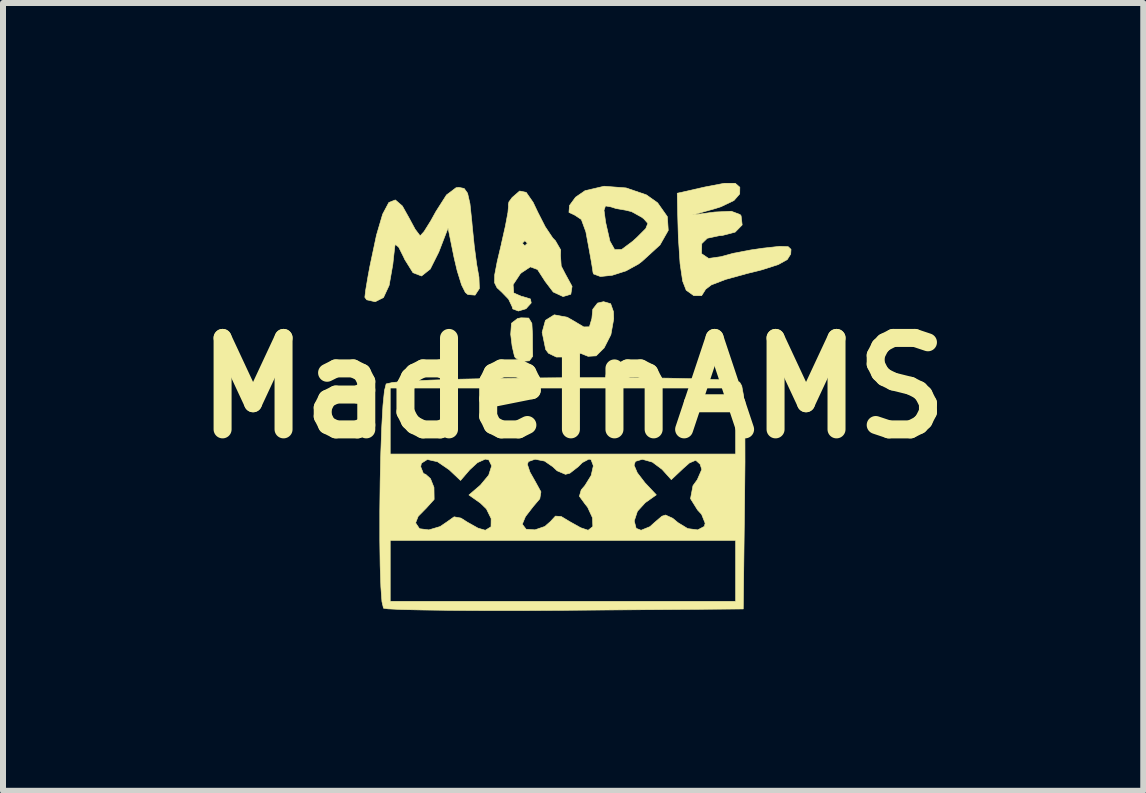
<source format=kicad_pcb>
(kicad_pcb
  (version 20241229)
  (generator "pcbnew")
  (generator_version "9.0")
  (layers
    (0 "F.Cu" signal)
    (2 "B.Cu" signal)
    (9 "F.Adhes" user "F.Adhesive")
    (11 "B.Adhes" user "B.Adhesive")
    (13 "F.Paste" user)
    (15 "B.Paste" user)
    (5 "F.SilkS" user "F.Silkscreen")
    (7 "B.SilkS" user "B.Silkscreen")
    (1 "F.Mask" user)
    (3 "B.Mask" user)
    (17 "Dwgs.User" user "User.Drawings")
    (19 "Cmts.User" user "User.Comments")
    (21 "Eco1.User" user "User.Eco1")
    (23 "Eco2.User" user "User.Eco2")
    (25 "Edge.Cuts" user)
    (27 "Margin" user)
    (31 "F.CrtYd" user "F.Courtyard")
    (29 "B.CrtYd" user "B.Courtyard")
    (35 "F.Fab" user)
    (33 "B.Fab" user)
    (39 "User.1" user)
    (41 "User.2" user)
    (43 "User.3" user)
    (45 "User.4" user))
  (footprint "MadeInAMS"
    (layer "F.Cu")
    (at 6.502 3.417)
    (property "Reference" "MadeInAMS" (at 0 0 0) (layer "F.SilkS") (effects (font (size 1.524 1.524) (thickness 0.3))))
    (attr through_hole)
    (fp_poly (pts (xy -0.74 -1.166) (xy -0.687 -1.077) (xy -0.677 -0.895) (xy -0.676 -0.676) (xy -0.673 -0.538) (xy -0.673 -0.529) (xy -0.729 -0.453) (xy -0.854 -0.445) (xy -0.962 -0.503) (xy -0.977 -0.529) (xy -1.016 -0.697) (xy -1.04 -0.895) (xy -1.027 -1.08) (xy -0.926 -1.158) (xy -0.868 -1.17) (xy -0.74 -1.166)) (stroke (width 0.01) (type solid)) (fill yes) (layer "F.SilkS"))
    (fp_poly (pts (xy 0.626 -1.405) (xy 0.673 -1.272) (xy 0.677 -1.152) (xy 0.63 -0.889) (xy 0.518 -0.669) (xy 0.384 -0.536) (xy 0.25 -0.528) (xy 0.137 -0.573) (xy -0.027 -0.623) (xy -0.085 -0.591) (xy -0.146 -0.517) (xy -0.279 -0.516) (xy -0.41 -0.579) (xy -0.457 -0.642) (xy -0.516 -0.928) (xy -0.461 -1.128) (xy -0.314 -1.22) (xy -0.097 -1.179) (xy -0.009 -1.129) (xy 0.178 -1.018) (xy 0.272 -1.02) (xy 0.313 -1.158) (xy 0.328 -1.312) (xy 0.408 -1.416) (xy 0.508 -1.439) (xy 0.626 -1.405)) (stroke (width 0.01) (type solid)) (fill yes) (layer "F.SilkS"))
    (fp_poly (pts (xy 0.883 -3.335) (xy 1.222 -3.219) (xy 1.408 -3.087) (xy 1.571 -2.856) (xy 1.586 -2.627) (xy 1.448 -2.384) (xy 1.151 -2.113) (xy 1.091 -2.067) (xy 0.882 -1.952) (xy 0.653 -1.879) (xy 0.456 -1.858) (xy 0.342 -1.9) (xy 0.332 -1.926) (xy 0.323 -1.991) (xy 0.303 -2.112) (xy 0.264 -2.328) (xy 0.213 -2.603) (xy 0.138 -2.808) (xy 0.032 -2.879) (xy -0.069 -2.927) (xy -0.066 -2.963) (xy 0.515 -2.963) (xy 0.542 -2.765) (xy 0.546 -2.745) (xy 0.614 -2.447) (xy 0.693 -2.306) (xy 0.81 -2.309) (xy 0.991 -2.444) (xy 1.062 -2.508) (xy 1.211 -2.657) (xy 1.246 -2.744) (xy 1.177 -2.821) (xy 1.143 -2.847) (xy 0.974 -2.94) (xy 0.88 -2.963) (xy 0.714 -2.992) (xy 0.63 -3.019) (xy 0.54 -3.035) (xy 0.515 -2.963) (xy -0.066 -2.963) (xy -0.06 -3.042) (xy 0.041 -3.18) (xy 0.199 -3.289) (xy 0.517 -3.363) (xy 0.883 -3.335)) (stroke (width 0.01) (type solid)) (fill yes) (layer "F.SilkS"))
    (fp_poly (pts (xy 2.779 -3.346) (xy 2.777 -3.235) (xy 2.681 -3.125) (xy 2.464 -3.021) (xy 2.37 -2.991) (xy 1.99 -2.884) (xy 2.36 -2.933) (xy 2.637 -2.946) (xy 2.783 -2.891) (xy 2.8 -2.87) (xy 2.818 -2.718) (xy 2.701 -2.598) (xy 2.482 -2.541) (xy 2.442 -2.54) (xy 2.236 -2.496) (xy 2.145 -2.407) (xy 2.14 -2.24) (xy 2.258 -2.16) (xy 2.466 -2.189) (xy 2.468 -2.19) (xy 2.669 -2.245) (xy 2.962 -2.301) (xy 3.168 -2.331) (xy 3.441 -2.361) (xy 3.584 -2.356) (xy 3.632 -2.311) (xy 3.627 -2.233) (xy 3.57 -2.141) (xy 3.421 -2.058) (xy 3.151 -1.971) (xy 2.899 -1.908) (xy 2.543 -1.81) (xy 2.303 -1.718) (xy 2.203 -1.641) (xy 2.201 -1.632) (xy 2.142 -1.539) (xy 2.012 -1.539) (xy 1.885 -1.63) (xy 1.826 -1.782) (xy 1.783 -2.074) (xy 1.754 -2.518) (xy 1.744 -2.872) (xy 1.736 -3.246) (xy 2.2 -3.351) (xy 2.519 -3.412) (xy 2.703 -3.412) (xy 2.779 -3.346)) (stroke (width 0.01) (type solid)) (fill yes) (layer "F.SilkS"))
    (fp_poly (pts (xy -0.782 -3.261) (xy -0.666 -3.094) (xy -0.589 -2.932) (xy -0.464 -2.687) (xy -0.339 -2.5) (xy -0.295 -2.455) (xy -0.207 -2.302) (xy -0.21 -2.206) (xy -0.198 -2.033) (xy -0.13 -1.901) (xy -0.017 -1.694) (xy -0.038 -1.563) (xy -0.167 -1.524) (xy -0.331 -1.6) (xy -0.466 -1.778) (xy -0.593 -1.975) (xy -0.713 -2.019) (xy -0.862 -1.92) (xy -0.883 -1.899) (xy -1 -1.722) (xy -0.989 -1.584) (xy -0.853 -1.524) (xy -0.84 -1.524) (xy -0.711 -1.484) (xy -0.698 -1.418) (xy -0.785 -1.321) (xy -0.912 -1.283) (xy -1.005 -1.318) (xy -1.016 -1.356) (xy -1.075 -1.48) (xy -1.186 -1.595) (xy -1.268 -1.671) (xy -1.309 -1.754) (xy -1.307 -1.886) (xy -1.265 -2.106) (xy -1.197 -2.392) (xy -1.193 -2.413) (xy -0.847 -2.413) (xy -0.804 -2.371) (xy -0.762 -2.413) (xy -0.804 -2.455) (xy -0.847 -2.413) (xy -1.193 -2.413) (xy -1.129 -2.697) (xy -1.086 -2.926) (xy -1.076 -3.041) (xy -1.08 -3.048) (xy -1.07 -3.101) (xy -1.016 -3.175) (xy -0.891 -3.283) (xy -0.782 -3.261)) (stroke (width 0.01) (type solid)) (fill yes) (layer "F.SilkS"))
    (fp_poly (pts (xy -1.816 -3.326) (xy -1.759 -3.247) (xy -1.719 -3.072) (xy -1.687 -2.769) (xy -1.682 -2.709) (xy -1.647 -2.365) (xy -1.607 -2.061) (xy -1.571 -1.858) (xy -1.569 -1.851) (xy -1.562 -1.658) (xy -1.634 -1.548) (xy -1.754 -1.558) (xy -1.796 -1.593) (xy -1.859 -1.719) (xy -1.932 -1.954) (xy -1.984 -2.174) (xy -2.084 -2.667) (xy -2.239 -2.265) (xy -2.381 -1.982) (xy -2.526 -1.867) (xy -2.668 -1.921) (xy -2.807 -2.144) (xy -2.823 -2.18) (xy -2.906 -2.346) (xy -2.96 -2.393) (xy -2.97 -2.371) (xy -2.992 -2.18) (xy -3.004 -2.065) (xy -3.066 -1.711) (xy -3.16 -1.508) (xy -3.296 -1.439) (xy -3.304 -1.439) (xy -3.44 -1.47) (xy -3.471 -1.512) (xy -3.457 -1.631) (xy -3.419 -1.857) (xy -3.386 -2.034) (xy -3.277 -2.548) (xy -3.174 -2.898) (xy -3.071 -3.092) (xy -2.963 -3.135) (xy -2.846 -3.034) (xy -2.735 -2.836) (xy -2.633 -2.647) (xy -2.557 -2.546) (xy -2.545 -2.54) (xy -2.483 -2.609) (xy -2.373 -2.785) (xy -2.286 -2.942) (xy -2.11 -3.218) (xy -1.951 -3.338) (xy -1.905 -3.344) (xy -1.816 -3.326)) (stroke (width 0.01) (type solid)) (fill yes) (layer "F.SilkS"))
    (fp_poly (pts (xy 1.033 -0.17) (xy 1.575 -0.164) (xy 2.045 -0.153) (xy 2.418 -0.139) (xy 2.67 -0.12) (xy 2.775 -0.098) (xy 2.811 -0.035) (xy 2.838 0.112) (xy 2.855 0.361) (xy 2.864 0.73) (xy 2.865 1.234) (xy 2.859 1.826) (xy 2.836 3.683) (xy -0.133 3.705) (xy -0.826 3.709) (xy -1.465 3.709) (xy -2.03 3.706) (xy -2.502 3.7) (xy -2.86 3.692) (xy -3.086 3.681) (xy -3.16 3.67) (xy -3.186 3.561) (xy -3.204 3.314) (xy -3.216 2.959) (xy -3.222 2.54) (xy -3.048 2.54) (xy -3.048 3.556) (xy 2.709 3.556) (xy 2.709 2.54) (xy -3.048 2.54) (xy -3.222 2.54) (xy -3.222 2.527) (xy -3.222 2.248) (xy -2.625 2.248) (xy -2.56 2.345) (xy -2.404 2.365) (xy -2.216 2.309) (xy -2.107 2.235) (xy -1.983 2.147) (xy -1.869 2.168) (xy -1.764 2.235) (xy -1.584 2.336) (xy -1.463 2.371) (xy -1.368 2.313) (xy -1.367 2.27) (xy -0.847 2.27) (xy -0.783 2.354) (xy -0.636 2.364) (xy -0.472 2.308) (xy -0.379 2.227) (xy -0.294 2.135) (xy -0.197 2.142) (xy -0.056 2.227) (xy 0.127 2.329) (xy 0.251 2.371) (xy 0.329 2.309) (xy 0.323 2.162) (xy 0.242 1.987) (xy 0.199 1.933) (xy 0.105 1.804) (xy 0.135 1.699) (xy 0.199 1.623) (xy 0.301 1.458) (xy 0.338 1.295) (xy 0.334 1.286) (xy 1.016 1.286) (xy 1.07 1.413) (xy 1.199 1.581) (xy 1.202 1.584) (xy 1.387 1.781) (xy 1.202 1.912) (xy 1.072 2.055) (xy 1.019 2.216) (xy 1.051 2.339) (xy 1.133 2.371) (xy 1.281 2.311) (xy 1.355 2.244) (xy 1.48 2.137) (xy 1.54 2.117) (xy 1.66 2.171) (xy 1.748 2.244) (xy 1.91 2.343) (xy 2.077 2.365) (xy 2.187 2.307) (xy 2.201 2.254) (xy 2.142 2.106) (xy 2.074 2.032) (xy 1.957 1.844) (xy 1.998 1.628) (xy 2.07 1.529) (xy 2.145 1.357) (xy 2.117 1.27) (xy 2.044 1.204) (xy 1.939 1.249) (xy 1.839 1.337) (xy 1.637 1.527) (xy 1.483 1.356) (xy 1.321 1.235) (xy 1.154 1.188) (xy 1.038 1.223) (xy 1.016 1.286) (xy 0.334 1.286) (xy 0.299 1.194) (xy 0.264 1.185) (xy 0.154 1.243) (xy 0.085 1.312) (xy -0.054 1.42) (xy -0.127 1.439) (xy -0.266 1.38) (xy -0.339 1.312) (xy -0.475 1.218) (xy -0.634 1.187) (xy -0.745 1.226) (xy -0.762 1.273) (xy -0.719 1.402) (xy -0.623 1.572) (xy -0.536 1.731) (xy -0.555 1.846) (xy -0.666 1.977) (xy -0.794 2.143) (xy -0.847 2.27) (xy -1.367 2.27) (xy -1.366 2.175) (xy -1.445 2.015) (xy -1.545 1.918) (xy -1.736 1.783) (xy -1.545 1.619) (xy -1.407 1.453) (xy -1.357 1.297) (xy -1.405 1.198) (xy -1.463 1.185) (xy -1.594 1.244) (xy -1.723 1.363) (xy -1.876 1.541) (xy -2.065 1.363) (xy -2.26 1.229) (xy -2.429 1.191) (xy -2.529 1.254) (xy -2.54 1.312) (xy -2.495 1.425) (xy -2.457 1.439) (xy -2.377 1.511) (xy -2.319 1.657) (xy -2.316 1.857) (xy -2.445 2) (xy -2.582 2.139) (xy -2.625 2.248) (xy -3.222 2.248) (xy -3.222 2.049) (xy -3.216 1.555) (xy -3.205 1.077) (xy -3.189 0.645) (xy -3.169 0.289) (xy -3.144 0.042) (xy -3.133 0) (xy -3.048 0) (xy -3.048 1.101) (xy 2.709 1.101) (xy 2.709 0) (xy -3.048 0) (xy -3.133 0) (xy -3.116 -0.068) (xy -3.01 -0.092) (xy -2.758 -0.113) (xy -2.386 -0.131) (xy -1.917 -0.146) (xy -1.376 -0.158) (xy -0.786 -0.166) (xy -0.172 -0.171) (xy 0.443 -0.172) (xy 1.033 -0.17)) (stroke (width 0.01) (type solid)) (fill yes) (layer "F.SilkS")))
  (gr_rect
    (start -3 -3)
    (end 16.005 10.131)
    (stroke (width 0.1) (type default))
    (fill no)
    (layer "Edge.Cuts")))
</source>
